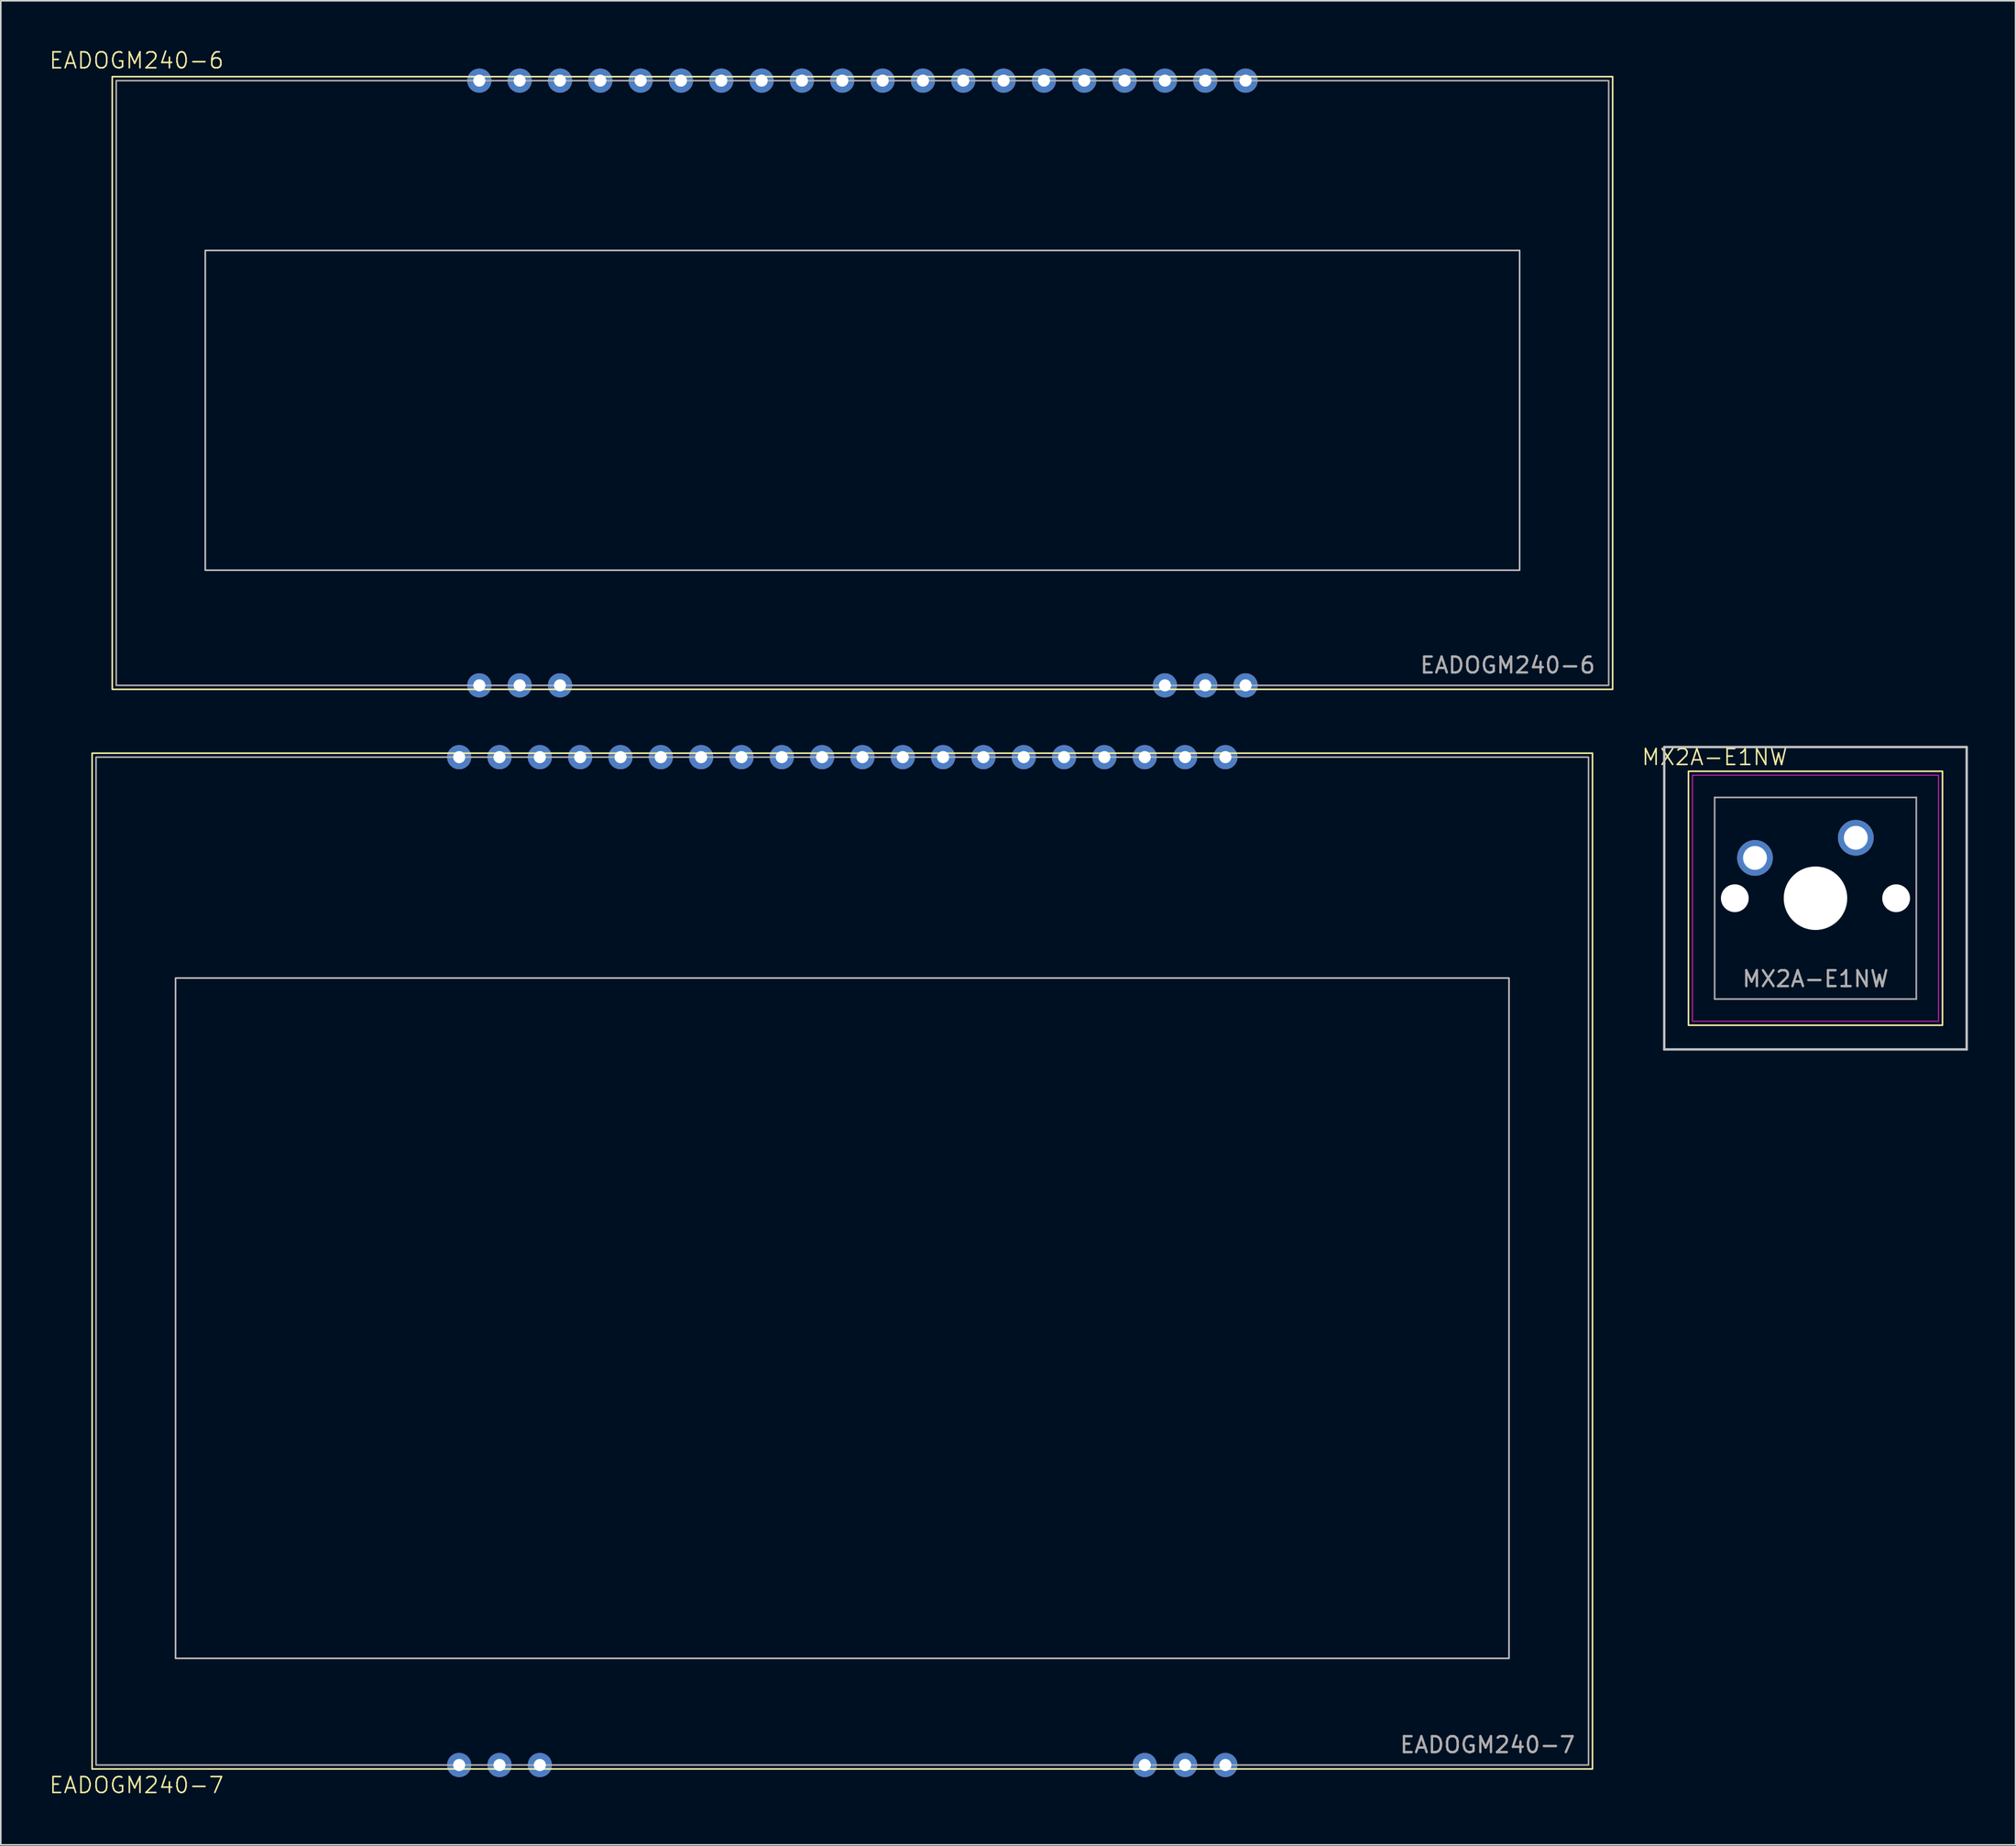
<source format=kicad_pcb>
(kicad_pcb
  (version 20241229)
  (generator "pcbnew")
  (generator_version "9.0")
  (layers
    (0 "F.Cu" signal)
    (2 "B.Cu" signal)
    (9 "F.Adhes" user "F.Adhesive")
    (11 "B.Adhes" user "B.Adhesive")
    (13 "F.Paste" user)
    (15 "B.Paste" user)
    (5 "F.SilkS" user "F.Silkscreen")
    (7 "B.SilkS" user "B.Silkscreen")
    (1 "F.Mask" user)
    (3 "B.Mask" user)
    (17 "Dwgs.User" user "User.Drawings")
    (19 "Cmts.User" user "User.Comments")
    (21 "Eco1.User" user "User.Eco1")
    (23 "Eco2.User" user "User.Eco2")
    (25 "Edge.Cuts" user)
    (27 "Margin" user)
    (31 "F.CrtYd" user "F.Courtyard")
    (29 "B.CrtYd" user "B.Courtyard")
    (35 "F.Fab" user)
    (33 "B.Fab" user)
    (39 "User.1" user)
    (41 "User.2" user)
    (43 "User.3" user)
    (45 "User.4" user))
  (footprint "EADOGM240-6"
    (layer "F.Cu")
    (at 27.14 40.13)
    (property "Reference" "EADOGM240-6" (at -21.59 -39.37 0) (unlocked yes) (layer "F.SilkS") (effects (font (size 1 1) (thickness 0.1))))
    (attr through_hole)
    (fp_rect (start -23.12 -38.35) (end 71.38 0.25) (stroke (width 0.1) (type default)) (fill no) (layer "F.SilkS"))
    (fp_rect (start -17.262 -27.4) (end 65.522 -7.255) (stroke (width 0.1) (type default)) (fill no) (layer "Dwgs.User"))
    (fp_rect (start -22.87 -38.1) (end 71.13 0) (stroke (width 0.1) (type default)) (fill no) (layer "F.Fab"))
    (fp_text user "${REFERENCE}" (at 64.77 -1.27 0) (unlocked yes) (layer "F.Fab") (effects (font (size 1 1) (thickness 0.15))))
    (pad "1" thru_hole circle (at 0 0) (size 1.524 1.524) (drill 0.762) (layers "*.Cu" "*.Mask"))
    (pad "2" thru_hole circle (at 2.54 0) (size 1.524 1.524) (drill 0.762) (layers "*.Cu" "*.Mask"))
    (pad "3" thru_hole circle (at 5.08 0) (size 1.524 1.524) (drill 0.762) (layers "*.Cu" "*.Mask"))
    (pad "18" thru_hole circle (at 43.18 0) (size 1.524 1.524) (drill 0.762) (layers "*.Cu" "*.Mask"))
    (pad "19" thru_hole circle (at 45.72 0) (size 1.524 1.524) (drill 0.762) (layers "*.Cu" "*.Mask"))
    (pad "20" thru_hole circle (at 48.26 0) (size 1.524 1.524) (drill 0.762) (layers "*.Cu" "*.Mask"))
    (pad "21" thru_hole circle (at 48.26 -38.1) (size 1.524 1.524) (drill 0.762) (layers "*.Cu" "*.Mask"))
    (pad "22" thru_hole circle (at 45.72 -38.1) (size 1.524 1.524) (drill 0.762) (layers "*.Cu" "*.Mask"))
    (pad "23" thru_hole circle (at 43.18 -38.1) (size 1.524 1.524) (drill 0.762) (layers "*.Cu" "*.Mask"))
    (pad "24" thru_hole circle (at 40.64 -38.1) (size 1.524 1.524) (drill 0.762) (layers "*.Cu" "*.Mask"))
    (pad "25" thru_hole circle (at 38.1 -38.1) (size 1.524 1.524) (drill 0.762) (layers "*.Cu" "*.Mask"))
    (pad "26" thru_hole circle (at 35.56 -38.1) (size 1.524 1.524) (drill 0.762) (layers "*.Cu" "*.Mask"))
    (pad "27" thru_hole circle (at 33.02 -38.1) (size 1.524 1.524) (drill 0.762) (layers "*.Cu" "*.Mask"))
    (pad "28" thru_hole circle (at 30.48 -38.1) (size 1.524 1.524) (drill 0.762) (layers "*.Cu" "*.Mask"))
    (pad "29" thru_hole circle (at 27.94 -38.1) (size 1.524 1.524) (drill 0.762) (layers "*.Cu" "*.Mask"))
    (pad "30" thru_hole circle (at 25.4 -38.1) (size 1.524 1.524) (drill 0.762) (layers "*.Cu" "*.Mask"))
    (pad "31" thru_hole circle (at 22.86 -38.1) (size 1.524 1.524) (drill 0.762) (layers "*.Cu" "*.Mask"))
    (pad "32" thru_hole circle (at 20.32 -38.1) (size 1.524 1.524) (drill 0.762) (layers "*.Cu" "*.Mask"))
    (pad "33" thru_hole circle (at 17.78 -38.1) (size 1.524 1.524) (drill 0.762) (layers "*.Cu" "*.Mask"))
    (pad "34" thru_hole circle (at 15.24 -38.1) (size 1.524 1.524) (drill 0.762) (layers "*.Cu" "*.Mask"))
    (pad "35" thru_hole circle (at 12.7 -38.1) (size 1.524 1.524) (drill 0.762) (layers "*.Cu" "*.Mask"))
    (pad "36" thru_hole circle (at 10.16 -38.1) (size 1.524 1.524) (drill 0.762) (layers "*.Cu" "*.Mask"))
    (pad "37" thru_hole circle (at 7.62 -38.1) (size 1.524 1.524) (drill 0.762) (layers "*.Cu" "*.Mask"))
    (pad "38" thru_hole circle (at 5.08 -38.1) (size 1.524 1.524) (drill 0.762) (layers "*.Cu" "*.Mask"))
    (pad "39" thru_hole circle (at 2.54 -38.1) (size 1.524 1.524) (drill 0.762) (layers "*.Cu" "*.Mask"))
    (pad "40" thru_hole circle (at 0 -38.1) (size 1.524 1.524) (drill 0.762) (layers "*.Cu" "*.Mask")))
  (footprint "MX2A-E1NW"
    (layer "F.Cu")
    (at 111.295 53.543)
    (property "Reference" "MX2A-E1NW" (at -6.35 -8.89 0) (unlocked yes) (layer "F.SilkS") (effects (font (size 1 1) (thickness 0.1))))
    (attr through_hole)
    (fp_rect (start -8 -8) (end 8 8) (stroke (width 0.1) (type default)) (fill no) (layer "F.SilkS"))
    (fp_line (start -9.525 -9.525) (end 9.525 -9.525) (stroke (width 0.15) (type solid)) (layer "Dwgs.User"))
    (fp_line (start -9.525 9.525) (end -9.525 -9.525) (stroke (width 0.15) (type solid)) (layer "Dwgs.User"))
    (fp_line (start 9.525 -9.525) (end 9.525 9.525) (stroke (width 0.15) (type solid)) (layer "Dwgs.User"))
    (fp_line (start 9.525 9.525) (end -9.525 9.525) (stroke (width 0.15) (type solid)) (layer "Dwgs.User"))
    (fp_rect (start -7.75 -7.75) (end 7.75 7.75) (stroke (width 0.05) (type default)) (fill no) (layer "F.CrtYd"))
    (fp_line (start -6.35 -6.35) (end 6.35 -6.35) (stroke (width 0.1) (type solid)) (layer "F.Fab"))
    (fp_line (start -6.35 6.35) (end -6.35 -6.35) (stroke (width 0.1) (type solid)) (layer "F.Fab"))
    (fp_line (start 6.35 -6.35) (end 6.35 6.35) (stroke (width 0.1) (type solid)) (layer "F.Fab"))
    (fp_line (start 6.35 6.35) (end -6.35 6.35) (stroke (width 0.1) (type solid)) (layer "F.Fab"))
    (fp_text user "${REFERENCE}" (at 0 5.08 0) (layer "F.Fab") (effects (font (size 1 1) (thickness 0.15))))
    (pad "" np_thru_hole circle (at -5.08 0) (size 1.75 1.75) (drill 1.75) (layers "*.Cu" "*.Mask"))
    (pad "" np_thru_hole circle (at 0 0) (size 4 4) (drill 4) (layers "*.Cu" "*.Mask"))
    (pad "" np_thru_hole circle (at 5.08 0) (size 1.75 1.75) (drill 1.75) (layers "*.Cu" "*.Mask"))
    (pad "1" thru_hole circle (at 2.54 -3.81) (size 2.25 2.25) (drill 1.5) (layers "*.Cu" "*.Mask"))
    (pad "2" thru_hole circle (at -3.81 -2.54) (size 2.25 2.25) (drill 1.5) (layers "*.Cu" "*.Mask")))
  (footprint "EADOGM240-7"
    (layer "F.Cu")
    (at 25.87 108.154)
    (property "Reference" "EADOGM240-7" (at -20.32 1.27 0) (unlocked yes) (layer "F.SilkS") (effects (font (size 1 1) (thickness 0.1))))
    (attr through_hole)
    (fp_rect (start -23.12 -63.75) (end 71.38 0.25) (stroke (width 0.1) (type default)) (fill no) (layer "F.SilkS"))
    (fp_rect (start -17.863 -49.583) (end 66.123 -6.718) (stroke (width 0.1) (type default)) (fill no) (layer "Dwgs.User"))
    (fp_rect (start -22.87 -63.5) (end 71.13 0) (stroke (width 0.1) (type default)) (fill no) (layer "F.Fab"))
    (fp_text user "${REFERENCE}" (at 64.77 -1.27 0) (unlocked yes) (layer "F.Fab") (effects (font (size 1 1) (thickness 0.15))))
    (pad "1" thru_hole circle (at 0 0) (size 1.524 1.524) (drill 0.762) (layers "*.Cu" "*.Mask"))
    (pad "2" thru_hole circle (at 2.54 0) (size 1.524 1.524) (drill 0.762) (layers "*.Cu" "*.Mask"))
    (pad "3" thru_hole circle (at 5.08 0) (size 1.524 1.524) (drill 0.762) (layers "*.Cu" "*.Mask"))
    (pad "18" thru_hole circle (at 43.18 0) (size 1.524 1.524) (drill 0.762) (layers "*.Cu" "*.Mask"))
    (pad "19" thru_hole circle (at 45.72 0) (size 1.524 1.524) (drill 0.762) (layers "*.Cu" "*.Mask"))
    (pad "20" thru_hole circle (at 48.26 0) (size 1.524 1.524) (drill 0.762) (layers "*.Cu" "*.Mask"))
    (pad "21" thru_hole circle (at 48.26 -63.5) (size 1.524 1.524) (drill 0.762) (layers "*.Cu" "*.Mask"))
    (pad "22" thru_hole circle (at 45.72 -63.5) (size 1.524 1.524) (drill 0.762) (layers "*.Cu" "*.Mask"))
    (pad "23" thru_hole circle (at 43.18 -63.5) (size 1.524 1.524) (drill 0.762) (layers "*.Cu" "*.Mask"))
    (pad "24" thru_hole circle (at 40.64 -63.5) (size 1.524 1.524) (drill 0.762) (layers "*.Cu" "*.Mask"))
    (pad "25" thru_hole circle (at 38.1 -63.5) (size 1.524 1.524) (drill 0.762) (layers "*.Cu" "*.Mask"))
    (pad "26" thru_hole circle (at 35.56 -63.5) (size 1.524 1.524) (drill 0.762) (layers "*.Cu" "*.Mask"))
    (pad "27" thru_hole circle (at 33.02 -63.5) (size 1.524 1.524) (drill 0.762) (layers "*.Cu" "*.Mask"))
    (pad "28" thru_hole circle (at 30.48 -63.5) (size 1.524 1.524) (drill 0.762) (layers "*.Cu" "*.Mask"))
    (pad "29" thru_hole circle (at 27.94 -63.5) (size 1.524 1.524) (drill 0.762) (layers "*.Cu" "*.Mask"))
    (pad "30" thru_hole circle (at 25.4 -63.5) (size 1.524 1.524) (drill 0.762) (layers "*.Cu" "*.Mask"))
    (pad "31" thru_hole circle (at 22.86 -63.5) (size 1.524 1.524) (drill 0.762) (layers "*.Cu" "*.Mask"))
    (pad "32" thru_hole circle (at 20.32 -63.5) (size 1.524 1.524) (drill 0.762) (layers "*.Cu" "*.Mask"))
    (pad "33" thru_hole circle (at 17.78 -63.5) (size 1.524 1.524) (drill 0.762) (layers "*.Cu" "*.Mask"))
    (pad "34" thru_hole circle (at 15.24 -63.5) (size 1.524 1.524) (drill 0.762) (layers "*.Cu" "*.Mask"))
    (pad "35" thru_hole circle (at 12.7 -63.5) (size 1.524 1.524) (drill 0.762) (layers "*.Cu" "*.Mask"))
    (pad "36" thru_hole circle (at 10.16 -63.5) (size 1.524 1.524) (drill 0.762) (layers "*.Cu" "*.Mask"))
    (pad "37" thru_hole circle (at 7.62 -63.5) (size 1.524 1.524) (drill 0.762) (layers "*.Cu" "*.Mask"))
    (pad "38" thru_hole circle (at 5.08 -63.5) (size 1.524 1.524) (drill 0.762) (layers "*.Cu" "*.Mask"))
    (pad "39" thru_hole circle (at 2.54 -63.5) (size 1.524 1.524) (drill 0.762) (layers "*.Cu" "*.Mask"))
    (pad "40" thru_hole circle (at 0 -63.5) (size 1.524 1.524) (drill 0.762) (layers "*.Cu" "*.Mask")))
  (gr_rect
    (start -3 -3)
    (end 123.895 113.185)
    (stroke (width 0.1) (type default))
    (fill no)
    (layer "Edge.Cuts")))
</source>
